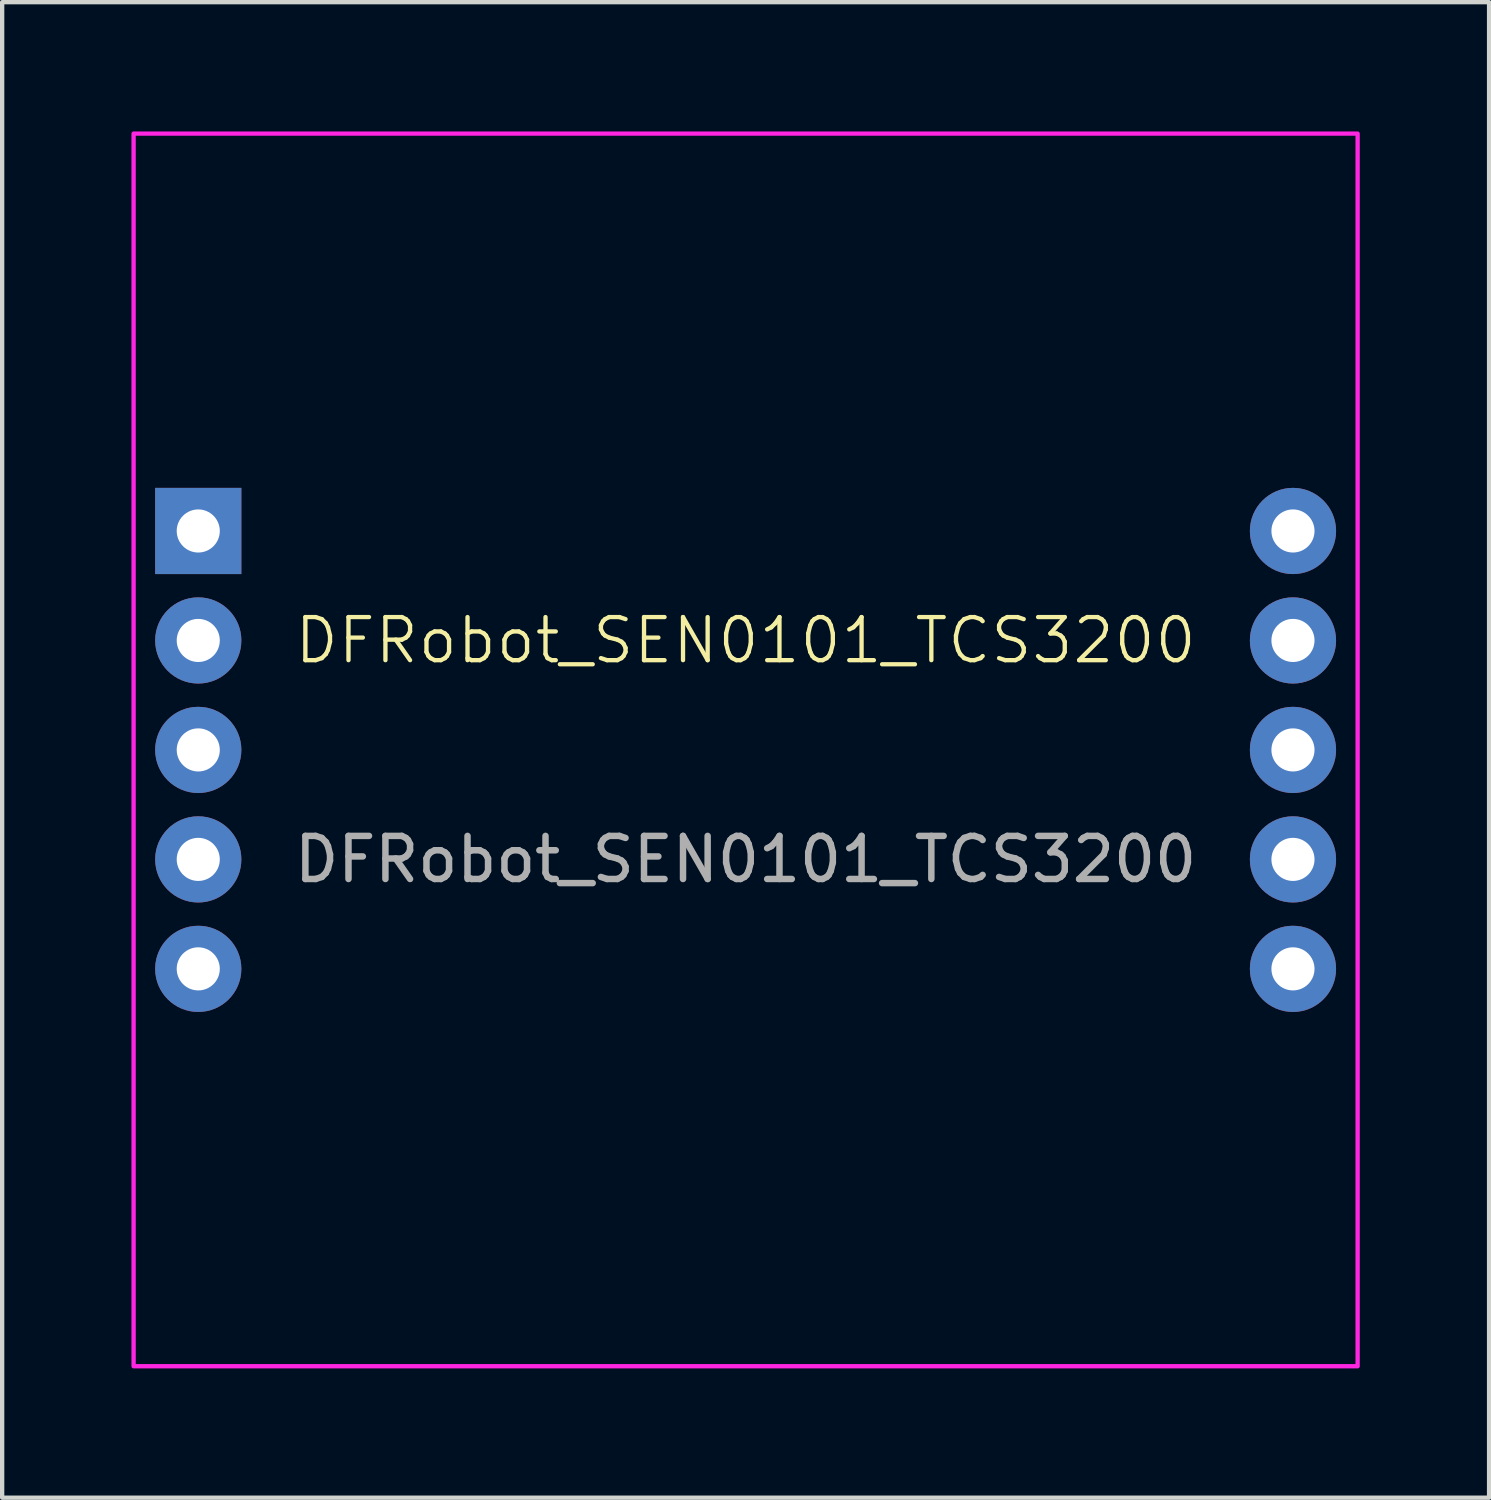
<source format=kicad_pcb>
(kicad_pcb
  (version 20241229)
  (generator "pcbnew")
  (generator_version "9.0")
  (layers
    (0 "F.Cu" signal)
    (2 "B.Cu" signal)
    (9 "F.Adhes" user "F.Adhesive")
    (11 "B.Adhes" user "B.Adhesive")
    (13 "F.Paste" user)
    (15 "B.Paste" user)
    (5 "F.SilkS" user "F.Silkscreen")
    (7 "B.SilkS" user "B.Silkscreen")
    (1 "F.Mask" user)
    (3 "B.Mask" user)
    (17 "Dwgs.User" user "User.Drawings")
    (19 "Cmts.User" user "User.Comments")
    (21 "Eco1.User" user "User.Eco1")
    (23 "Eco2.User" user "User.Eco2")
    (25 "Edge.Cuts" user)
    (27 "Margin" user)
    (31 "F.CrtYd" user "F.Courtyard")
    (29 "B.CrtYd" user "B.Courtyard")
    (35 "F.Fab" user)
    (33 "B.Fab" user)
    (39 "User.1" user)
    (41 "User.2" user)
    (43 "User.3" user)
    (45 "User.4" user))
  (footprint "DFRobot_SEN0101_TCS3200"
    (layer "F.Cu")
    (at 14.25 14.35)
    (property "Reference" "DFRobot_SEN0101_TCS3200" (at 0 -2.54 0) (unlocked yes) (layer "F.SilkS") (effects (font (size 1 1) (thickness 0.1))))
    (fp_rect (start -14.2 -14.3) (end 14.2 14.3) (stroke (width 0.1) (type solid)) (fill no) (layer "F.CrtYd"))
    (fp_text user "${REFERENCE}" (at 0 2.54 0) (unlocked yes) (layer "F.Fab") (effects (font (size 1 1) (thickness 0.15))))
    (pad "1" thru_hole rect (at -12.7 -5.08) (size 2 2) (drill 1) (layers "*.Cu" "*.Mask"))
    (pad "2" thru_hole circle (at -12.7 -2.54) (size 2 2) (drill 1) (layers "*.Cu" "F.Mask" "F.Paste"))
    (pad "3" thru_hole circle (at -12.7 0) (size 2 2) (drill 1) (layers "*.Cu" "F.Mask" "F.Paste"))
    (pad "4" thru_hole circle (at -12.7 2.54) (size 2 2) (drill 1) (layers "*.Cu" "F.Mask" "F.Paste"))
    (pad "5" thru_hole circle (at -12.7 5.08) (size 2 2) (drill 1) (layers "*.Cu" "F.Mask" "F.Paste"))
    (pad "6" thru_hole circle (at 12.7 -5.08) (size 2 2) (drill 1) (layers "*.Cu" "F.Mask" "F.Paste"))
    (pad "7" thru_hole circle (at 12.7 -2.54) (size 2 2) (drill 1) (layers "*.Cu" "F.Mask" "F.Paste"))
    (pad "8" thru_hole circle (at 12.7 0) (size 2 2) (drill 1) (layers "*.Cu" "F.Mask" "F.Paste"))
    (pad "9" thru_hole circle (at 12.7 2.54) (size 2 2) (drill 1) (layers "*.Cu" "F.Mask" "F.Paste"))
    (pad "10" thru_hole circle (at 12.7 5.08) (size 2 2) (drill 1) (layers "*.Cu" "F.Mask" "F.Paste")))
  (gr_rect
    (start -3 -3)
    (end 31.5 31.7)
    (stroke (width 0.1) (type default))
    (fill no)
    (layer "Edge.Cuts")))
</source>
